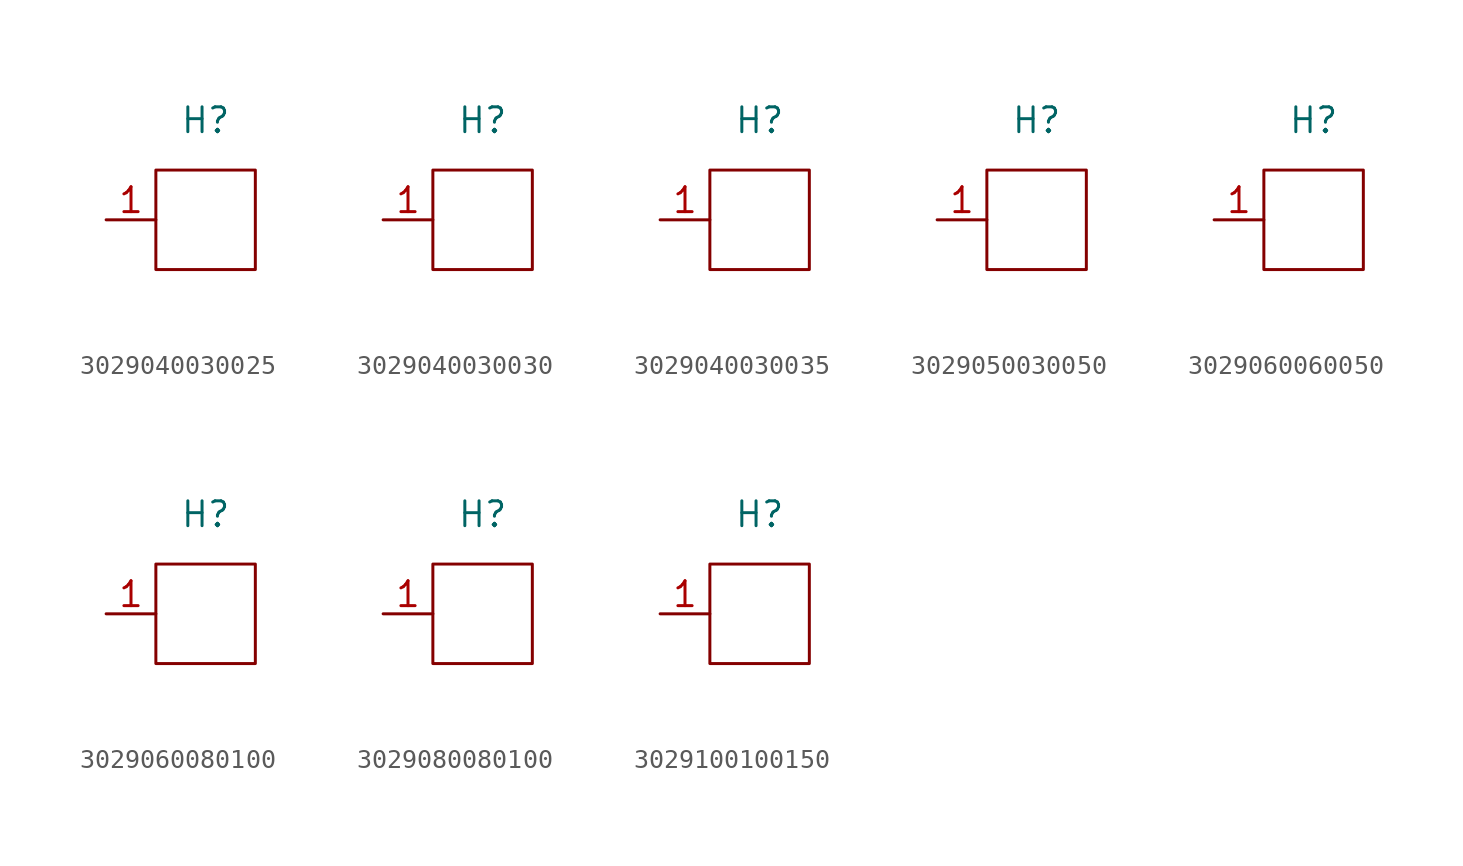
<source format=kicad_sym>
(kicad_symbol_lib
  (version 20220914)
  (generator kicad_symbol_editor)
  (symbol "3029040030025"
    (pin_names hide)
    (property "Reference" "H"
      (at 0 5.08 0)
      (effects (font (size 1.27 1.27))))
    (property "Critical Parameter" ""
      (at 0 -5.08 0)
      (effects (font (size 1.27 1.27)) (justify left)))
    (symbol "3029040030025_0_1"
      (rectangle (start -2.54 2.54) (end 2.54 -2.54) (stroke (width 0) (type default)) (fill (type none))))
    (symbol "3029040030025_1_1"
      (pin passive line (at -5.08 0 0) (length 2.54) (name "GND1" (effects (font (size 1.27 1.27)))) (number "1" (effects (font (size 1.27 1.27)))))
      (pin passive line (at -5.08 0 0) (length 2.54) hide (name "GND2" (effects (font (size 1.27 1.27)))) (number "2" (effects (font (size 1.27 1.27)))))))
  (symbol "3029040030030"
    (pin_names hide)
    (property "Reference" "H"
      (at 0 5.08 0)
      (effects (font (size 1.27 1.27))))
    (property "Critical Parameter" ""
      (at 0 -5.08 0)
      (effects (font (size 1.27 1.27)) (justify left)))
    (symbol "3029040030030_0_1"
      (rectangle (start -2.54 2.54) (end 2.54 -2.54) (stroke (width 0) (type default)) (fill (type none))))
    (symbol "3029040030030_1_1"
      (pin passive line (at -5.08 0 0) (length 2.54) (name "GND1" (effects (font (size 1.27 1.27)))) (number "1" (effects (font (size 1.27 1.27)))))
      (pin passive line (at -5.08 0 0) (length 2.54) hide (name "GND2" (effects (font (size 1.27 1.27)))) (number "2" (effects (font (size 1.27 1.27)))))))
  (symbol "3029040030035"
    (pin_names hide)
    (property "Reference" "H"
      (at 0 5.08 0)
      (effects (font (size 1.27 1.27))))
    (property "Critical Parameter" ""
      (at 0 -5.08 0)
      (effects (font (size 1.27 1.27)) (justify left)))
    (symbol "3029040030035_0_1"
      (rectangle (start -2.54 2.54) (end 2.54 -2.54) (stroke (width 0) (type default)) (fill (type none))))
    (symbol "3029040030035_1_1"
      (pin passive line (at -5.08 0 0) (length 2.54) (name "GND1" (effects (font (size 1.27 1.27)))) (number "1" (effects (font (size 1.27 1.27)))))
      (pin passive line (at -5.08 0 0) (length 2.54) hide (name "GND2" (effects (font (size 1.27 1.27)))) (number "2" (effects (font (size 1.27 1.27)))))))
  (symbol "3029050030050"
    (pin_names hide)
    (property "Reference" "H"
      (at 0 5.08 0)
      (effects (font (size 1.27 1.27))))
    (property "Critical Parameter" ""
      (at 0 -5.08 0)
      (effects (font (size 1.27 1.27)) (justify left)))
    (symbol "3029050030050_0_1"
      (rectangle (start -2.54 2.54) (end 2.54 -2.54) (stroke (width 0) (type default)) (fill (type none))))
    (symbol "3029050030050_1_1"
      (pin passive line (at -5.08 0 0) (length 2.54) (name "GND1" (effects (font (size 1.27 1.27)))) (number "1" (effects (font (size 1.27 1.27)))))
      (pin passive line (at -5.08 0 0) (length 2.54) hide (name "GND2" (effects (font (size 1.27 1.27)))) (number "2" (effects (font (size 1.27 1.27)))))))
  (symbol "3029060060050"
    (pin_names hide)
    (property "Reference" "H"
      (at 0 5.08 0)
      (effects (font (size 1.27 1.27))))
    (property "Critical Parameter" ""
      (at 0 -5.08 0)
      (effects (font (size 1.27 1.27)) (justify left)))
    (symbol "3029060060050_0_1"
      (rectangle (start -2.54 2.54) (end 2.54 -2.54) (stroke (width 0) (type default)) (fill (type none))))
    (symbol "3029060060050_1_1"
      (pin passive line (at -5.08 0 0) (length 2.54) (name "GND1" (effects (font (size 1.27 1.27)))) (number "1" (effects (font (size 1.27 1.27)))))
      (pin passive line (at -5.08 0 0) (length 2.54) hide (name "GND2" (effects (font (size 1.27 1.27)))) (number "2" (effects (font (size 1.27 1.27)))))))
  (symbol "3029060080100"
    (pin_names hide)
    (property "Reference" "H"
      (at 0 5.08 0)
      (effects (font (size 1.27 1.27))))
    (property "Critical Parameter" ""
      (at 0 -5.08 0)
      (effects (font (size 1.27 1.27)) (justify left)))
    (symbol "3029060080100_0_1"
      (rectangle (start -2.54 2.54) (end 2.54 -2.54) (stroke (width 0) (type default)) (fill (type none))))
    (symbol "3029060080100_1_1"
      (pin passive line (at -5.08 0 0) (length 2.54) (name "GND1" (effects (font (size 1.27 1.27)))) (number "1" (effects (font (size 1.27 1.27)))))
      (pin passive line (at -5.08 0 0) (length 2.54) hide (name "GND2" (effects (font (size 1.27 1.27)))) (number "2" (effects (font (size 1.27 1.27)))))))
  (symbol "3029080080100"
    (pin_names hide)
    (property "Reference" "H"
      (at 0 5.08 0)
      (effects (font (size 1.27 1.27))))
    (property "Critical Parameter" ""
      (at 0 -5.08 0)
      (effects (font (size 1.27 1.27)) (justify left)))
    (symbol "3029080080100_0_1"
      (rectangle (start -2.54 2.54) (end 2.54 -2.54) (stroke (width 0) (type default)) (fill (type none))))
    (symbol "3029080080100_1_1"
      (pin passive line (at -5.08 0 0) (length 2.54) (name "GND1" (effects (font (size 1.27 1.27)))) (number "1" (effects (font (size 1.27 1.27)))))
      (pin passive line (at -5.08 0 0) (length 2.54) hide (name "GND2" (effects (font (size 1.27 1.27)))) (number "2" (effects (font (size 1.27 1.27)))))))
  (symbol "3029100100150"
    (pin_names hide)
    (property "Reference" "H"
      (at 0 5.08 0)
      (effects (font (size 1.27 1.27))))
    (property "Critical Parameter" ""
      (at 0 -5.08 0)
      (effects (font (size 1.27 1.27)) (justify left)))
    (symbol "3029100100150_0_1"
      (rectangle (start -2.54 2.54) (end 2.54 -2.54) (stroke (width 0) (type default)) (fill (type none))))
    (symbol "3029100100150_1_1"
      (pin passive line (at -5.08 0 0) (length 2.54) (name "GND1" (effects (font (size 1.27 1.27)))) (number "1" (effects (font (size 1.27 1.27)))))
      (pin passive line (at -5.08 0 0) (length 2.54) hide (name "GND2" (effects (font (size 1.27 1.27)))) (number "2" (effects (font (size 1.27 1.27))))))))
</source>
